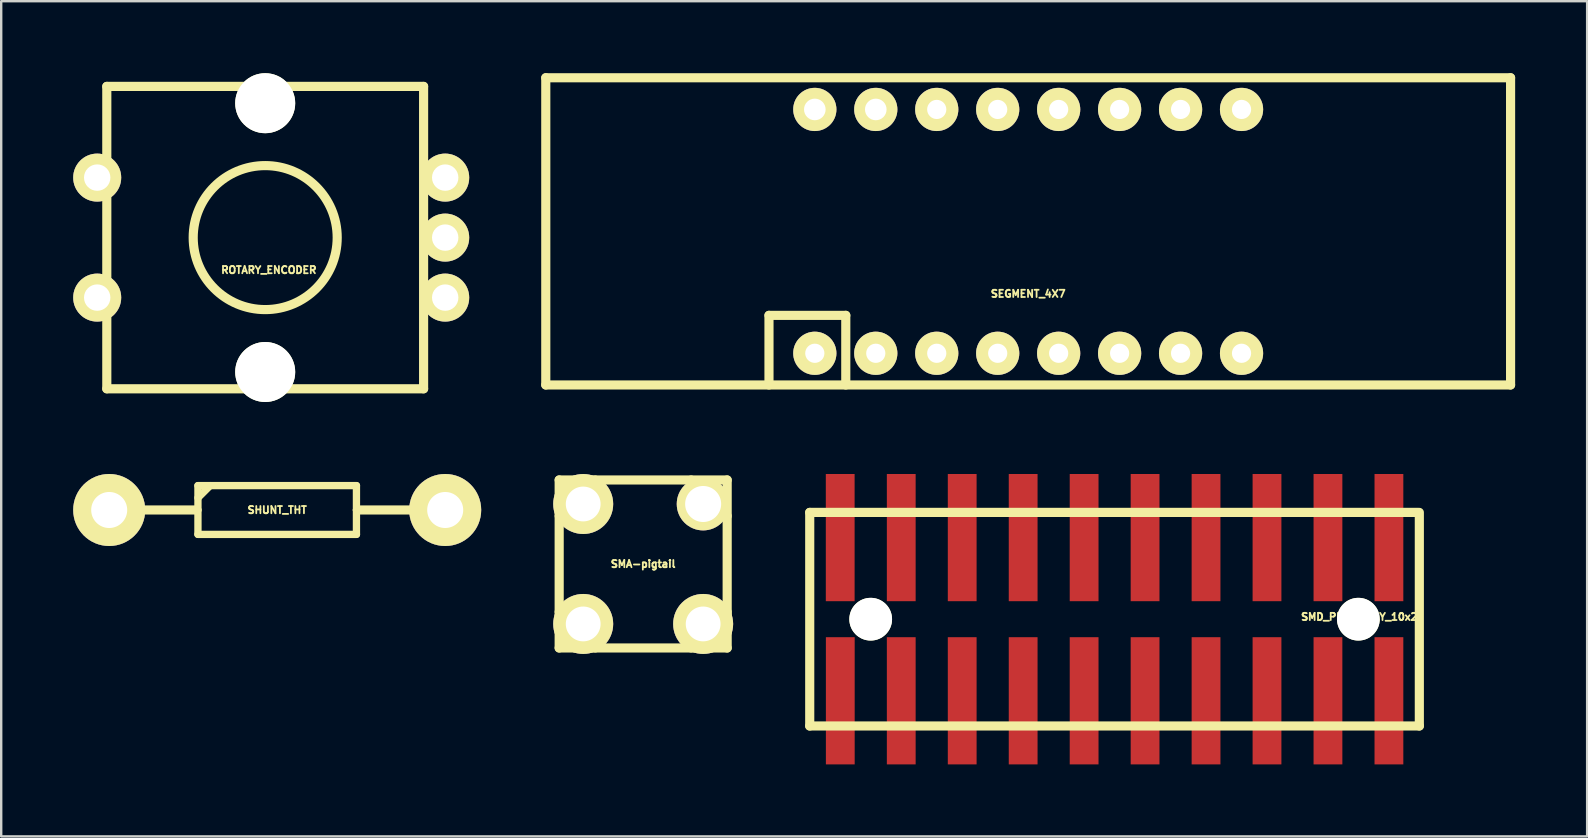
<source format=kicad_pcb>
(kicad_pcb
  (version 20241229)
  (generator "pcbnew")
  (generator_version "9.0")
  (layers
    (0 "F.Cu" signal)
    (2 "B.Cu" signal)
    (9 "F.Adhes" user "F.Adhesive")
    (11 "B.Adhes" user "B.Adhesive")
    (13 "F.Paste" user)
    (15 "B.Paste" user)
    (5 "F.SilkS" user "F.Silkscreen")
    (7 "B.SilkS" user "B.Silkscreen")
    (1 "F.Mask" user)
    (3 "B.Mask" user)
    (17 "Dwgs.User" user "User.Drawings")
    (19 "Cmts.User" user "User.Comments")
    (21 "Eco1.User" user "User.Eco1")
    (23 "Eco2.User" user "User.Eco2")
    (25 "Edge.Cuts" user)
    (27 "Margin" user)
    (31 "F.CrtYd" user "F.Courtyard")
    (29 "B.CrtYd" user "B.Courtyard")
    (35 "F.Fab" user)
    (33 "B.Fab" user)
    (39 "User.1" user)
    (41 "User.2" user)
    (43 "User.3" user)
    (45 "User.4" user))
  (footprint "SMA-pigtail"
    (layer "F.Cu")
    (at 23.749 20.449)
    (property "Reference" "SMA-pigtail" (at 0 0 0) (layer "F.SilkS") (effects (font (size 0.3 0.3) (thickness 0.076))))
    (attr through_hole)
    (fp_line (start -3.5 -3.5) (end -3.5 3.5) (stroke (width 0.381) (type solid)) (layer "F.SilkS"))
    (fp_line (start -3.5 -1.999) (end -1.999 -1.999) (stroke (width 0.381) (type solid)) (layer "F.SilkS"))
    (fp_line (start -3.5 1.999) (end -1.999 1.999) (stroke (width 0.381) (type solid)) (layer "F.SilkS"))
    (fp_line (start -3.5 3.5) (end 3.5 3.5) (stroke (width 0.381) (type solid)) (layer "F.SilkS"))
    (fp_line (start -1.999 -1.999) (end -1.999 -3.5) (stroke (width 0.381) (type solid)) (layer "F.SilkS"))
    (fp_line (start -1.999 1.999) (end -1.999 3.5) (stroke (width 0.381) (type solid)) (layer "F.SilkS"))
    (fp_line (start 1.999 -3.5) (end 1.999 -1.999) (stroke (width 0.381) (type solid)) (layer "F.SilkS"))
    (fp_line (start 1.999 -1.999) (end 3.5 -1.999) (stroke (width 0.381) (type solid)) (layer "F.SilkS"))
    (fp_line (start 1.999 1.999) (end 1.999 3.5) (stroke (width 0.381) (type solid)) (layer "F.SilkS"))
    (fp_line (start 3.5 -3.5) (end -3.5 -3.5) (stroke (width 0.381) (type solid)) (layer "F.SilkS"))
    (fp_line (start 3.5 1.999) (end 1.999 1.999) (stroke (width 0.381) (type solid)) (layer "F.SilkS"))
    (fp_line (start 3.5 3.5) (end 3.5 -3.5) (stroke (width 0.381) (type solid)) (layer "F.SilkS"))
    (pad "1" thru_hole circle (at -2.499 -2.499) (size 2.499 2.499) (drill 1.45) (layers "*.Cu" "*.Mask" "F.SilkS"))
    (pad "1" thru_hole circle (at -2.499 2.499) (size 2.499 2.499) (drill 1.45) (layers "*.Cu" "*.Mask" "F.SilkS"))
    (pad "1" thru_hole circle (at 2.499 -2.499) (size 2.2 2.2) (drill 1.501) (layers "*.Cu" "*.Mask" "F.SilkS"))
    (pad "1" thru_hole circle (at 2.499 2.499) (size 2.499 2.499) (drill 1.45) (layers "*.Cu" "*.Mask" "F.SilkS")))
  (footprint "ROTARY_ENCODER"
    (layer "F.Cu")
    (at 8 6.85)
    (property "Reference" "ROTARY_ENCODER" (at 0.15 1.35 0) (layer "F.SilkS") (effects (font (size 0.3 0.3) (thickness 0.075))))
    (attr through_hole)
    (fp_line (start -6.6 -6.3) (end 6.6 -6.3) (stroke (width 0.381) (type solid)) (layer "F.SilkS"))
    (fp_line (start -6.6 6.3) (end -6.6 -6.3) (stroke (width 0.381) (type solid)) (layer "F.SilkS"))
    (fp_line (start 6.6 -6.3) (end 6.6 6.3) (stroke (width 0.381) (type solid)) (layer "F.SilkS"))
    (fp_line (start 6.6 6.3) (end -6.6 6.3) (stroke (width 0.381) (type solid)) (layer "F.SilkS"))
    (fp_circle (center 0 0) (end 3 0) (stroke (width 0.381) (type solid)) (fill no) (layer "F.SilkS"))
    (pad "" np_thru_hole circle (at 0 -5.6) (size 2.5 2.5) (drill 2.5) (layers "*.Cu" "*.Mask" "F.SilkS"))
    (pad "" np_thru_hole circle (at 0 5.6) (size 2.5 2.5) (drill 2.5) (layers "*.Cu" "*.Mask" "F.SilkS"))
    (pad "A" thru_hole circle (at 7.5 2.5) (size 2 2) (drill 1.1) (layers "*.Cu" "*.Mask" "F.SilkS"))
    (pad "B" thru_hole circle (at 7.5 -2.5) (size 2 2) (drill 1.1) (layers "*.Cu" "*.Mask" "F.SilkS"))
    (pad "C" thru_hole circle (at 7.5 0) (size 2 2) (drill 1.1) (layers "*.Cu" "*.Mask" "F.SilkS"))
    (pad "SW1" thru_hole circle (at -7 -2.5) (size 2 2) (drill 1.1) (layers "*.Cu" "*.Mask" "F.SilkS"))
    (pad "SW2" thru_hole circle (at -7 2.5) (size 2 2) (drill 1.1) (layers "*.Cu" "*.Mask" "F.SilkS")))
  (footprint "SMD_PIN_ARRAY_10x2"
    (layer "F.Cu")
    (at 43.389 22.75)
    (property "Reference" "SMD_PIN_ARRAY_10x2" (at 10.201 -0.099 0) (layer "F.SilkS") (effects (font (size 0.3 0.3) (thickness 0.076))))
    (attr smd)
    (fp_line (start -12.7 -4.45) (end 12.649 -4.45) (stroke (width 0.381) (type solid)) (layer "F.SilkS"))
    (fp_line (start -12.7 4.45) (end -12.7 -4.45) (stroke (width 0.381) (type solid)) (layer "F.SilkS"))
    (fp_line (start 12.7 4.45) (end 12.7 -4.45) (stroke (width 0.381) (type solid)) (layer "F.SilkS"))
    (fp_line (start 12.7 4.45) (end -12.7 4.45) (stroke (width 0.381) (type solid)) (layer "F.SilkS"))
    (pad "" np_thru_hole circle (at -10.16 0) (size 1.78 1.78) (drill 1.78) (layers "*.Cu" "*.Mask" "F.SilkS"))
    (pad "" np_thru_hole circle (at 10.16 0) (size 1.78 1.78) (drill 1.78) (layers "*.Cu" "*.Mask" "F.SilkS"))
    (pad "1" smd rect (at -11.427 3.4) (size 1.2 5.3) (layers "F.Cu" "F.Mask" "F.Paste"))
    (pad "2" smd rect (at -11.43 -3.4) (size 1.2 5.3) (layers "F.Cu" "F.Mask" "F.Paste"))
    (pad "3" smd rect (at -8.887 3.4) (size 1.2 5.3) (layers "F.Cu" "F.Mask" "F.Paste"))
    (pad "4" smd rect (at -8.887 -3.4) (size 1.2 5.3) (layers "F.Cu" "F.Mask" "F.Paste"))
    (pad "5" smd rect (at -6.347 3.4) (size 1.2 5.3) (layers "F.Cu" "F.Mask" "F.Paste"))
    (pad "6" smd rect (at -6.347 -3.4) (size 1.2 5.3) (layers "F.Cu" "F.Mask" "F.Paste"))
    (pad "7" smd rect (at -3.807 3.4) (size 1.2 5.3) (layers "F.Cu" "F.Mask" "F.Paste"))
    (pad "8" smd rect (at -3.807 -3.4) (size 1.2 5.3) (layers "F.Cu" "F.Mask" "F.Paste"))
    (pad "9" smd rect (at -1.267 3.4) (size 1.2 5.3) (layers "F.Cu" "F.Mask" "F.Paste"))
    (pad "10" smd rect (at -1.267 -3.4) (size 1.2 5.3) (layers "F.Cu" "F.Mask" "F.Paste"))
    (pad "11" smd rect (at 1.273 3.4) (size 1.2 5.3) (layers "F.Cu" "F.Mask" "F.Paste"))
    (pad "12" smd rect (at 1.273 -3.4) (size 1.2 5.3) (layers "F.Cu" "F.Mask" "F.Paste"))
    (pad "13" smd rect (at 3.813 3.4) (size 1.2 5.3) (layers "F.Cu" "F.Mask" "F.Paste"))
    (pad "14" smd rect (at 3.813 -3.4) (size 1.2 5.3) (layers "F.Cu" "F.Mask" "F.Paste"))
    (pad "15" smd rect (at 6.353 3.4) (size 1.2 5.3) (layers "F.Cu" "F.Mask" "F.Paste"))
    (pad "16" smd rect (at 6.353 -3.4) (size 1.2 5.3) (layers "F.Cu" "F.Mask" "F.Paste"))
    (pad "17" smd rect (at 8.893 3.4) (size 1.2 5.3) (layers "F.Cu" "F.Mask" "F.Paste"))
    (pad "18" smd rect (at 8.893 -3.4) (size 1.2 5.3) (layers "F.Cu" "F.Mask" "F.Paste"))
    (pad "19" smd rect (at 11.433 3.4) (size 1.2 5.3) (layers "F.Cu" "F.Mask" "F.Paste"))
    (pad "20" smd rect (at 11.433 -3.4) (size 1.2 5.3) (layers "F.Cu" "F.Mask" "F.Paste")))
  (footprint "SHUNT_THT"
    (layer "F.Cu")
    (at 8.5 18.2)
    (property "Reference" "SHUNT_THT" (at 0 0 0) (layer "F.SilkS") (effects (font (size 0.3 0.3) (thickness 0.076))))
    (attr through_hole)
    (fp_line (start -7 0) (end -3.35 0) (stroke (width 0.381) (type solid)) (layer "F.SilkS"))
    (fp_line (start -3.81 0) (end -3.302 0) (stroke (width 0.305) (type solid)) (layer "F.SilkS"))
    (fp_line (start -3.302 -1.016) (end -3.302 1.016) (stroke (width 0.305) (type solid)) (layer "F.SilkS"))
    (fp_line (start -3.302 -0.508) (end -2.794 -1.016) (stroke (width 0.305) (type solid)) (layer "F.SilkS"))
    (fp_line (start -3.302 1.016) (end 3.302 1.016) (stroke (width 0.305) (type solid)) (layer "F.SilkS"))
    (fp_line (start 3.302 -1.016) (end -3.302 -1.016) (stroke (width 0.305) (type solid)) (layer "F.SilkS"))
    (fp_line (start 3.302 0) (end 3.302 -1.016) (stroke (width 0.305) (type solid)) (layer "F.SilkS"))
    (fp_line (start 3.302 1.016) (end 3.302 0) (stroke (width 0.305) (type solid)) (layer "F.SilkS"))
    (fp_line (start 3.81 0) (end 3.302 0) (stroke (width 0.305) (type solid)) (layer "F.SilkS"))
    (fp_line (start 7 0) (end 3.449 0) (stroke (width 0.381) (type solid)) (layer "F.SilkS"))
    (pad "1" thru_hole circle (at -7 0) (size 3 3) (drill 1.501) (layers "*.Cu" "*.Mask" "F.SilkS"))
    (pad "2" thru_hole circle (at 7 0) (size 3 3) (drill 1.501) (layers "*.Cu" "*.Mask" "F.SilkS")))
  (footprint "SEGMENT_4X7"
    (layer "F.Cu")
    (at 39.791 6.59)
    (property "Reference" "SEGMENT_4X7" (at 0 2.6 0) (layer "F.SilkS") (effects (font (size 0.3 0.3) (thickness 0.075))))
    (attr through_hole)
    (fp_line (start -20.1 -6.4) (end 20.1 -6.4) (stroke (width 0.381) (type solid)) (layer "F.SilkS"))
    (fp_line (start -20.1 6.4) (end -20.1 -6.4) (stroke (width 0.381) (type solid)) (layer "F.SilkS"))
    (fp_line (start -10.8 3.5) (end -7.6 3.5) (stroke (width 0.381) (type solid)) (layer "F.SilkS"))
    (fp_line (start -10.8 6.4) (end -10.8 3.5) (stroke (width 0.381) (type solid)) (layer "F.SilkS"))
    (fp_line (start -7.6 3.5) (end -7.6 6.4) (stroke (width 0.381) (type solid)) (layer "F.SilkS"))
    (fp_line (start 20.1 -6.4) (end 20.1 6.4) (stroke (width 0.381) (type solid)) (layer "F.SilkS"))
    (fp_line (start 20.1 6.4) (end -20.1 6.4) (stroke (width 0.381) (type solid)) (layer "F.SilkS"))
    (pad "1" thru_hole circle (at -8.89 5.08) (size 1.8 1.8) (drill 0.8) (layers "*.Cu" "*.Mask" "F.SilkS"))
    (pad "2" thru_hole circle (at -6.35 5.08) (size 1.8 1.8) (drill 0.8) (layers "*.Cu" "*.Mask" "F.SilkS"))
    (pad "3" thru_hole circle (at -3.81 5.08) (size 1.8 1.8) (drill 0.8) (layers "*.Cu" "*.Mask" "F.SilkS"))
    (pad "4" thru_hole circle (at -1.27 5.08) (size 1.8 1.8) (drill 0.8) (layers "*.Cu" "*.Mask" "F.SilkS"))
    (pad "5" thru_hole circle (at 1.27 5.08) (size 1.8 1.8) (drill 0.8) (layers "*.Cu" "*.Mask" "F.SilkS"))
    (pad "6" thru_hole circle (at 3.81 5.08) (size 1.8 1.8) (drill 0.8) (layers "*.Cu" "*.Mask" "F.SilkS"))
    (pad "7" thru_hole circle (at 6.35 5.08) (size 1.8 1.8) (drill 0.8) (layers "*.Cu" "*.Mask" "F.SilkS"))
    (pad "8" thru_hole circle (at 8.89 5.08) (size 1.8 1.8) (drill 0.8) (layers "*.Cu" "*.Mask" "F.SilkS"))
    (pad "9" thru_hole circle (at 8.89 -5.08) (size 1.8 1.8) (drill 0.8) (layers "*.Cu" "*.Mask" "F.SilkS"))
    (pad "10" thru_hole circle (at 6.35 -5.08) (size 1.8 1.8) (drill 0.8) (layers "*.Cu" "*.Mask" "F.SilkS"))
    (pad "11" thru_hole circle (at 3.81 -5.08) (size 1.8 1.8) (drill 0.8) (layers "*.Cu" "*.Mask" "F.SilkS"))
    (pad "12" thru_hole circle (at 1.27 -5.08) (size 1.8 1.8) (drill 0.8) (layers "*.Cu" "*.Mask" "F.SilkS"))
    (pad "13" thru_hole circle (at -1.27 -5.08) (size 1.8 1.8) (drill 0.8) (layers "*.Cu" "*.Mask" "F.SilkS"))
    (pad "14" thru_hole circle (at -3.81 -5.08) (size 1.8 1.8) (drill 0.8) (layers "*.Cu" "*.Mask" "F.SilkS"))
    (pad "15" thru_hole circle (at -6.35 -5.08) (size 1.8 1.8) (drill 0.9) (layers "*.Cu" "*.Mask" "F.SilkS"))
    (pad "16" thru_hole circle (at -8.89 -5.08) (size 1.8 1.8) (drill 0.9) (layers "*.Cu" "*.Mask" "F.SilkS")))
  (gr_rect
    (start -3 -3)
    (end 63.081 31.8)
    (stroke (width 0.1) (type default))
    (fill no)
    (layer "Edge.Cuts")))
</source>
